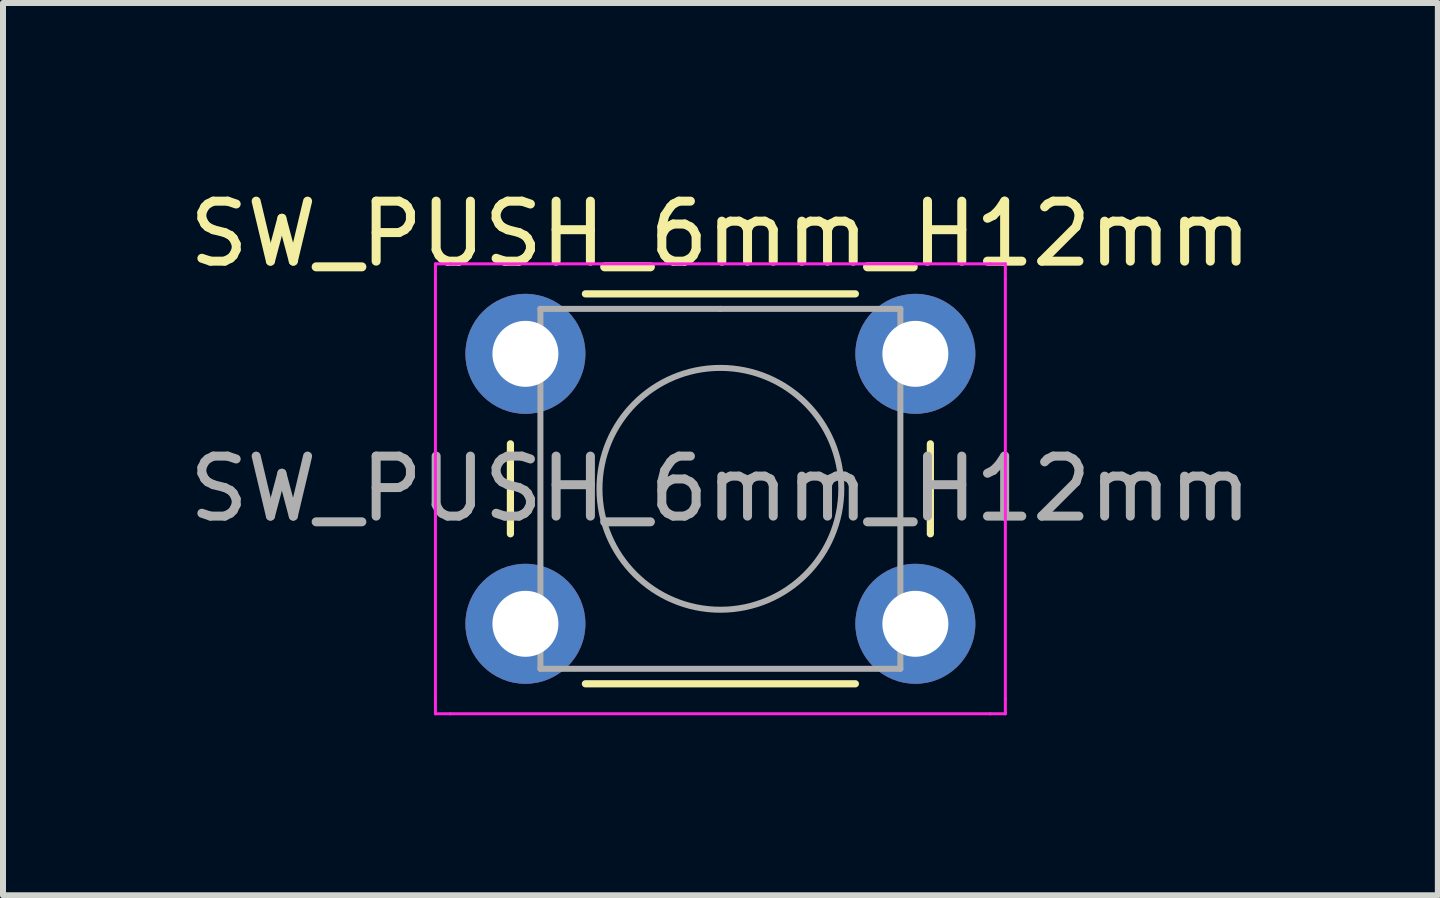
<source format=kicad_pcb>
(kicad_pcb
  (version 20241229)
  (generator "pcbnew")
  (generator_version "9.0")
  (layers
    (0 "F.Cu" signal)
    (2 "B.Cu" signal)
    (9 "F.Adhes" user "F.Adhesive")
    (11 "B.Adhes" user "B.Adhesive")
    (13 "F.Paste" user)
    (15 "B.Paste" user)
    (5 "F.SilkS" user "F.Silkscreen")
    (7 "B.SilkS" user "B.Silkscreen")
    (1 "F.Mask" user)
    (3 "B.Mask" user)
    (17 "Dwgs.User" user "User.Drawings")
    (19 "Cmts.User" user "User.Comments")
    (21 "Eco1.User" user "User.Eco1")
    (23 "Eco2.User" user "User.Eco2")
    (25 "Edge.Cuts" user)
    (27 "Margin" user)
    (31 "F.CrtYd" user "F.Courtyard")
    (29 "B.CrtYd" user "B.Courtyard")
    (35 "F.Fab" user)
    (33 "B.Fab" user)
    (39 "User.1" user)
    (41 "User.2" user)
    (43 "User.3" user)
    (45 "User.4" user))
  (footprint "SW_PUSH_6mm_H12mm"
    (layer "F.Cu")
    (at 5.708 2.848)
    (property "Reference" "SW_PUSH_6mm_H12mm" (at 3.25 -2 0) (layer "F.SilkS") (effects (font (size 1 1) (thickness 0.15))))
    (attr through_hole)
    (fp_line (start -0.25 1.5) (end -0.25 3) (stroke (width 0.12) (type solid)) (layer "F.SilkS"))
    (fp_line (start 1 5.5) (end 5.5 5.5) (stroke (width 0.12) (type solid)) (layer "F.SilkS"))
    (fp_line (start 5.5 -1) (end 1 -1) (stroke (width 0.12) (type solid)) (layer "F.SilkS"))
    (fp_line (start 6.75 3) (end 6.75 1.5) (stroke (width 0.12) (type solid)) (layer "F.SilkS"))
    (fp_line (start -1.5 -1.5) (end -1.25 -1.5) (stroke (width 0.05) (type solid)) (layer "F.CrtYd"))
    (fp_line (start -1.5 -1.25) (end -1.5 -1.5) (stroke (width 0.05) (type solid)) (layer "F.CrtYd"))
    (fp_line (start -1.5 5.75) (end -1.5 -1.25) (stroke (width 0.05) (type solid)) (layer "F.CrtYd"))
    (fp_line (start -1.5 5.75) (end -1.5 6) (stroke (width 0.05) (type solid)) (layer "F.CrtYd"))
    (fp_line (start -1.5 6) (end -1.25 6) (stroke (width 0.05) (type solid)) (layer "F.CrtYd"))
    (fp_line (start -1.25 -1.5) (end 7.75 -1.5) (stroke (width 0.05) (type solid)) (layer "F.CrtYd"))
    (fp_line (start 7.75 -1.5) (end 8 -1.5) (stroke (width 0.05) (type solid)) (layer "F.CrtYd"))
    (fp_line (start 7.75 6) (end -1.25 6) (stroke (width 0.05) (type solid)) (layer "F.CrtYd"))
    (fp_line (start 7.75 6) (end 8 6) (stroke (width 0.05) (type solid)) (layer "F.CrtYd"))
    (fp_line (start 8 -1.5) (end 8 -1.25) (stroke (width 0.05) (type solid)) (layer "F.CrtYd"))
    (fp_line (start 8 -1.25) (end 8 5.75) (stroke (width 0.05) (type solid)) (layer "F.CrtYd"))
    (fp_line (start 8 6) (end 8 5.75) (stroke (width 0.05) (type solid)) (layer "F.CrtYd"))
    (fp_line (start 0.25 -0.75) (end 3.25 -0.75) (stroke (width 0.1) (type solid)) (layer "F.Fab"))
    (fp_line (start 0.25 5.25) (end 0.25 -0.75) (stroke (width 0.1) (type solid)) (layer "F.Fab"))
    (fp_line (start 3.25 -0.75) (end 6.25 -0.75) (stroke (width 0.1) (type solid)) (layer "F.Fab"))
    (fp_line (start 6.25 -0.75) (end 6.25 5.25) (stroke (width 0.1) (type solid)) (layer "F.Fab"))
    (fp_line (start 6.25 5.25) (end 0.25 5.25) (stroke (width 0.1) (type solid)) (layer "F.Fab"))
    (fp_circle (center 3.25 2.25) (end 1.25 2.5) (stroke (width 0.1) (type solid)) (fill no) (layer "F.Fab"))
    (fp_text user "${REFERENCE}" (at 3.25 2.25 0) (layer "F.Fab") (effects (font (size 1 1) (thickness 0.15))))
    (pad "1" thru_hole circle (at 0 0 90) (size 2 2) (drill 1.1) (layers "*.Cu" "*.Mask"))
    (pad "1" thru_hole circle (at 6.5 0 90) (size 2 2) (drill 1.1) (layers "*.Cu" "*.Mask"))
    (pad "2" thru_hole circle (at 0 4.5 90) (size 2 2) (drill 1.1) (layers "*.Cu" "*.Mask"))
    (pad "2" thru_hole circle (at 6.5 4.5 90) (size 2 2) (drill 1.1) (layers "*.Cu" "*.Mask")))
  (gr_rect
    (start -3 -3)
    (end 20.917 11.873)
    (stroke (width 0.1) (type default))
    (fill no)
    (layer "Edge.Cuts")))
</source>
